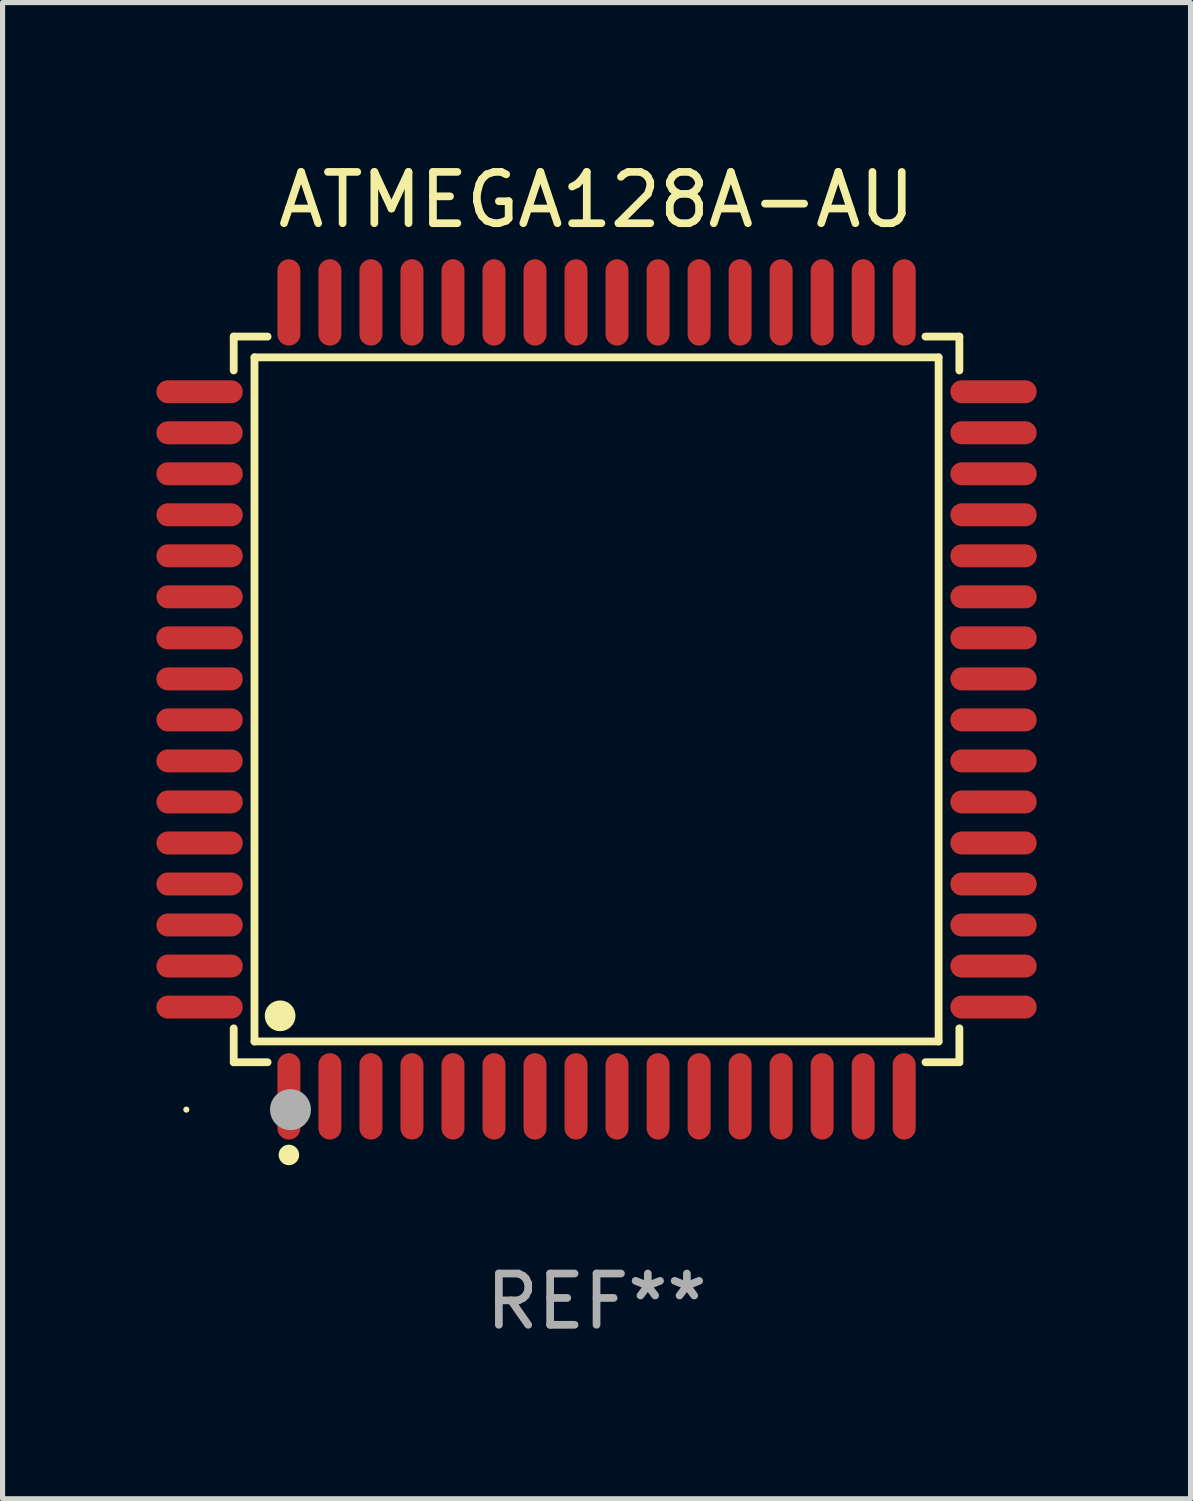
<source format=kicad_pcb>
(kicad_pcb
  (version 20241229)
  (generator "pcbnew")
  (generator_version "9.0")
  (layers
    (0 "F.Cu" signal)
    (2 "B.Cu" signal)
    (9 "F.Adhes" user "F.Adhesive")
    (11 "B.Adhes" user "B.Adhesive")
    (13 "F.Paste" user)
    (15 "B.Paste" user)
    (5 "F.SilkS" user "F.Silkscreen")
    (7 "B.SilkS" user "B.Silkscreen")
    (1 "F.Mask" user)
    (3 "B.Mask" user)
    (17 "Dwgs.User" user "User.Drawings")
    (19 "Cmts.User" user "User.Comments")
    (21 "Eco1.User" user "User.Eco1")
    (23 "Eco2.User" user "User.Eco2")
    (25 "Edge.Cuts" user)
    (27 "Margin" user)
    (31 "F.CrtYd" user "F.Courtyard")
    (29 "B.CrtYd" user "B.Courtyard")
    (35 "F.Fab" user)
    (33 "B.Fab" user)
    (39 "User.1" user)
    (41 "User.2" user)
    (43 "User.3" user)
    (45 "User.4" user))
  (footprint "ATMEGA128A-AU"
    (layer "F.Cu")
    (at 8.584 10.59)
    (property "Reference" "ATMEGA128A-AU" (at 0 -9.742 0) (layer "F.SilkS") (effects (font (size 1 1) (thickness 0.15))))
    (attr through_hole)
    (fp_line (start -7.076 -7.076) (end -6.415 -7.076) (stroke (width 0.152) (type solid)) (layer "F.SilkS"))
    (fp_line (start -7.076 -6.415) (end -7.076 -7.076) (stroke (width 0.152) (type solid)) (layer "F.SilkS"))
    (fp_line (start -7.076 6.415) (end -7.076 7.076) (stroke (width 0.152) (type solid)) (layer "F.SilkS"))
    (fp_line (start -7.076 7.076) (end -6.415 7.076) (stroke (width 0.152) (type solid)) (layer "F.SilkS"))
    (fp_line (start -6.671 -6.671) (end 6.671 -6.671) (stroke (width 0.152) (type solid)) (layer "F.SilkS"))
    (fp_line (start -6.671 6.671) (end -6.671 -6.671) (stroke (width 0.152) (type solid)) (layer "F.SilkS"))
    (fp_line (start 6.671 -6.671) (end 6.671 6.671) (stroke (width 0.152) (type solid)) (layer "F.SilkS"))
    (fp_line (start 6.671 6.671) (end -6.671 6.671) (stroke (width 0.152) (type solid)) (layer "F.SilkS"))
    (fp_line (start 7.076 -7.076) (end 6.415 -7.076) (stroke (width 0.152) (type solid)) (layer "F.SilkS"))
    (fp_line (start 7.076 -6.415) (end 7.076 -7.076) (stroke (width 0.152) (type solid)) (layer "F.SilkS"))
    (fp_line (start 7.076 6.415) (end 7.076 7.076) (stroke (width 0.152) (type solid)) (layer "F.SilkS"))
    (fp_line (start 7.076 7.076) (end 6.415 7.076) (stroke (width 0.152) (type solid)) (layer "F.SilkS"))
    (fp_circle (center -8 8) (end -7.97 8) (stroke (width 0.06) (type solid)) (fill no) (layer "F.SilkS"))
    (fp_circle (center -6.171 6.171) (end -6.021 6.171) (stroke (width 0.3) (type solid)) (fill no) (layer "F.SilkS"))
    (fp_circle (center -6 8.884) (end -5.9 8.884) (stroke (width 0.2) (type solid)) (fill no) (layer "F.SilkS"))
    (fp_circle (center -5.969 8.001) (end -5.769 8.001) (stroke (width 0.4) (type solid)) (fill no) (layer "F.Fab"))
    (fp_text user "REF**" (at 0 11.742 0) (layer "F.Fab") (effects (font (size 1 1) (thickness 0.15))))
    (pad "1" smd oval (at -6 7.742) (size 0.448 1.684) (layers "F.Cu" "F.Mask" "F.Paste"))
    (pad "2" smd oval (at -5.2 7.742) (size 0.448 1.684) (layers "F.Cu" "F.Mask" "F.Paste"))
    (pad "3" smd oval (at -4.4 7.742) (size 0.448 1.684) (layers "F.Cu" "F.Mask" "F.Paste"))
    (pad "4" smd oval (at -3.6 7.742) (size 0.448 1.684) (layers "F.Cu" "F.Mask" "F.Paste"))
    (pad "5" smd oval (at -2.8 7.742) (size 0.448 1.684) (layers "F.Cu" "F.Mask" "F.Paste"))
    (pad "6" smd oval (at -2 7.742) (size 0.448 1.684) (layers "F.Cu" "F.Mask" "F.Paste"))
    (pad "7" smd oval (at -1.2 7.742) (size 0.448 1.684) (layers "F.Cu" "F.Mask" "F.Paste"))
    (pad "8" smd oval (at -0.4 7.742) (size 0.448 1.684) (layers "F.Cu" "F.Mask" "F.Paste"))
    (pad "9" smd oval (at 0.4 7.742) (size 0.448 1.684) (layers "F.Cu" "F.Mask" "F.Paste"))
    (pad "10" smd oval (at 1.2 7.742) (size 0.448 1.684) (layers "F.Cu" "F.Mask" "F.Paste"))
    (pad "11" smd oval (at 2 7.742) (size 0.448 1.684) (layers "F.Cu" "F.Mask" "F.Paste"))
    (pad "12" smd oval (at 2.8 7.742) (size 0.448 1.684) (layers "F.Cu" "F.Mask" "F.Paste"))
    (pad "13" smd oval (at 3.6 7.742) (size 0.448 1.684) (layers "F.Cu" "F.Mask" "F.Paste"))
    (pad "14" smd oval (at 4.4 7.742) (size 0.448 1.684) (layers "F.Cu" "F.Mask" "F.Paste"))
    (pad "15" smd oval (at 5.2 7.742) (size 0.448 1.684) (layers "F.Cu" "F.Mask" "F.Paste"))
    (pad "16" smd oval (at 6 7.742) (size 0.448 1.684) (layers "F.Cu" "F.Mask" "F.Paste"))
    (pad "17" smd oval (at 7.742 6) (size 1.684 0.448) (layers "F.Cu" "F.Mask" "F.Paste"))
    (pad "18" smd oval (at 7.742 5.2) (size 1.684 0.448) (layers "F.Cu" "F.Mask" "F.Paste"))
    (pad "19" smd oval (at 7.742 4.4) (size 1.684 0.448) (layers "F.Cu" "F.Mask" "F.Paste"))
    (pad "20" smd oval (at 7.742 3.6) (size 1.684 0.448) (layers "F.Cu" "F.Mask" "F.Paste"))
    (pad "21" smd oval (at 7.742 2.8) (size 1.684 0.448) (layers "F.Cu" "F.Mask" "F.Paste"))
    (pad "22" smd oval (at 7.742 2) (size 1.684 0.448) (layers "F.Cu" "F.Mask" "F.Paste"))
    (pad "23" smd oval (at 7.742 1.2) (size 1.684 0.448) (layers "F.Cu" "F.Mask" "F.Paste"))
    (pad "24" smd oval (at 7.742 0.4) (size 1.684 0.448) (layers "F.Cu" "F.Mask" "F.Paste"))
    (pad "25" smd oval (at 7.742 -0.4) (size 1.684 0.448) (layers "F.Cu" "F.Mask" "F.Paste"))
    (pad "26" smd oval (at 7.742 -1.2) (size 1.684 0.448) (layers "F.Cu" "F.Mask" "F.Paste"))
    (pad "27" smd oval (at 7.742 -2) (size 1.684 0.448) (layers "F.Cu" "F.Mask" "F.Paste"))
    (pad "28" smd oval (at 7.742 -2.8) (size 1.684 0.448) (layers "F.Cu" "F.Mask" "F.Paste"))
    (pad "29" smd oval (at 7.742 -3.6) (size 1.684 0.448) (layers "F.Cu" "F.Mask" "F.Paste"))
    (pad "30" smd oval (at 7.742 -4.4) (size 1.684 0.448) (layers "F.Cu" "F.Mask" "F.Paste"))
    (pad "31" smd oval (at 7.742 -5.2) (size 1.684 0.448) (layers "F.Cu" "F.Mask" "F.Paste"))
    (pad "32" smd oval (at 7.742 -6) (size 1.684 0.448) (layers "F.Cu" "F.Mask" "F.Paste"))
    (pad "33" smd oval (at 6 -7.742) (size 0.448 1.684) (layers "F.Cu" "F.Mask" "F.Paste"))
    (pad "34" smd oval (at 5.2 -7.742) (size 0.448 1.684) (layers "F.Cu" "F.Mask" "F.Paste"))
    (pad "35" smd oval (at 4.4 -7.742) (size 0.448 1.684) (layers "F.Cu" "F.Mask" "F.Paste"))
    (pad "36" smd oval (at 3.6 -7.742) (size 0.448 1.684) (layers "F.Cu" "F.Mask" "F.Paste"))
    (pad "37" smd oval (at 2.8 -7.742) (size 0.448 1.684) (layers "F.Cu" "F.Mask" "F.Paste"))
    (pad "38" smd oval (at 2 -7.742) (size 0.448 1.684) (layers "F.Cu" "F.Mask" "F.Paste"))
    (pad "39" smd oval (at 1.2 -7.742) (size 0.448 1.684) (layers "F.Cu" "F.Mask" "F.Paste"))
    (pad "40" smd oval (at 0.4 -7.742) (size 0.448 1.684) (layers "F.Cu" "F.Mask" "F.Paste"))
    (pad "41" smd oval (at -0.4 -7.742) (size 0.448 1.684) (layers "F.Cu" "F.Mask" "F.Paste"))
    (pad "42" smd oval (at -1.2 -7.742) (size 0.448 1.684) (layers "F.Cu" "F.Mask" "F.Paste"))
    (pad "43" smd oval (at -2 -7.742) (size 0.448 1.684) (layers "F.Cu" "F.Mask" "F.Paste"))
    (pad "44" smd oval (at -2.8 -7.742) (size 0.448 1.684) (layers "F.Cu" "F.Mask" "F.Paste"))
    (pad "45" smd oval (at -3.6 -7.742) (size 0.448 1.684) (layers "F.Cu" "F.Mask" "F.Paste"))
    (pad "46" smd oval (at -4.4 -7.742) (size 0.448 1.684) (layers "F.Cu" "F.Mask" "F.Paste"))
    (pad "47" smd oval (at -5.2 -7.742) (size 0.448 1.684) (layers "F.Cu" "F.Mask" "F.Paste"))
    (pad "48" smd oval (at -6 -7.742) (size 0.448 1.684) (layers "F.Cu" "F.Mask" "F.Paste"))
    (pad "49" smd oval (at -7.742 -6) (size 1.684 0.448) (layers "F.Cu" "F.Mask" "F.Paste"))
    (pad "50" smd oval (at -7.742 -5.2) (size 1.684 0.448) (layers "F.Cu" "F.Mask" "F.Paste"))
    (pad "51" smd oval (at -7.742 -4.4) (size 1.684 0.448) (layers "F.Cu" "F.Mask" "F.Paste"))
    (pad "52" smd oval (at -7.742 -3.6) (size 1.684 0.448) (layers "F.Cu" "F.Mask" "F.Paste"))
    (pad "53" smd oval (at -7.742 -2.8) (size 1.684 0.448) (layers "F.Cu" "F.Mask" "F.Paste"))
    (pad "54" smd oval (at -7.742 -2) (size 1.684 0.448) (layers "F.Cu" "F.Mask" "F.Paste"))
    (pad "55" smd oval (at -7.742 -1.2) (size 1.684 0.448) (layers "F.Cu" "F.Mask" "F.Paste"))
    (pad "56" smd oval (at -7.742 -0.4) (size 1.684 0.448) (layers "F.Cu" "F.Mask" "F.Paste"))
    (pad "57" smd oval (at -7.742 0.4) (size 1.684 0.448) (layers "F.Cu" "F.Mask" "F.Paste"))
    (pad "58" smd oval (at -7.742 1.2) (size 1.684 0.448) (layers "F.Cu" "F.Mask" "F.Paste"))
    (pad "59" smd oval (at -7.742 2) (size 1.684 0.448) (layers "F.Cu" "F.Mask" "F.Paste"))
    (pad "60" smd oval (at -7.742 2.8) (size 1.684 0.448) (layers "F.Cu" "F.Mask" "F.Paste"))
    (pad "61" smd oval (at -7.742 3.6) (size 1.684 0.448) (layers "F.Cu" "F.Mask" "F.Paste"))
    (pad "62" smd oval (at -7.742 4.4) (size 1.684 0.448) (layers "F.Cu" "F.Mask" "F.Paste"))
    (pad "63" smd oval (at -7.742 5.2) (size 1.684 0.448) (layers "F.Cu" "F.Mask" "F.Paste"))
    (pad "64" smd oval (at -7.742 6) (size 1.684 0.448) (layers "F.Cu" "F.Mask" "F.Paste")))
  (gr_rect
    (start -3 -3)
    (end 20.168 26.18)
    (stroke (width 0.1) (type default))
    (fill no)
    (layer "Edge.Cuts")))
</source>
